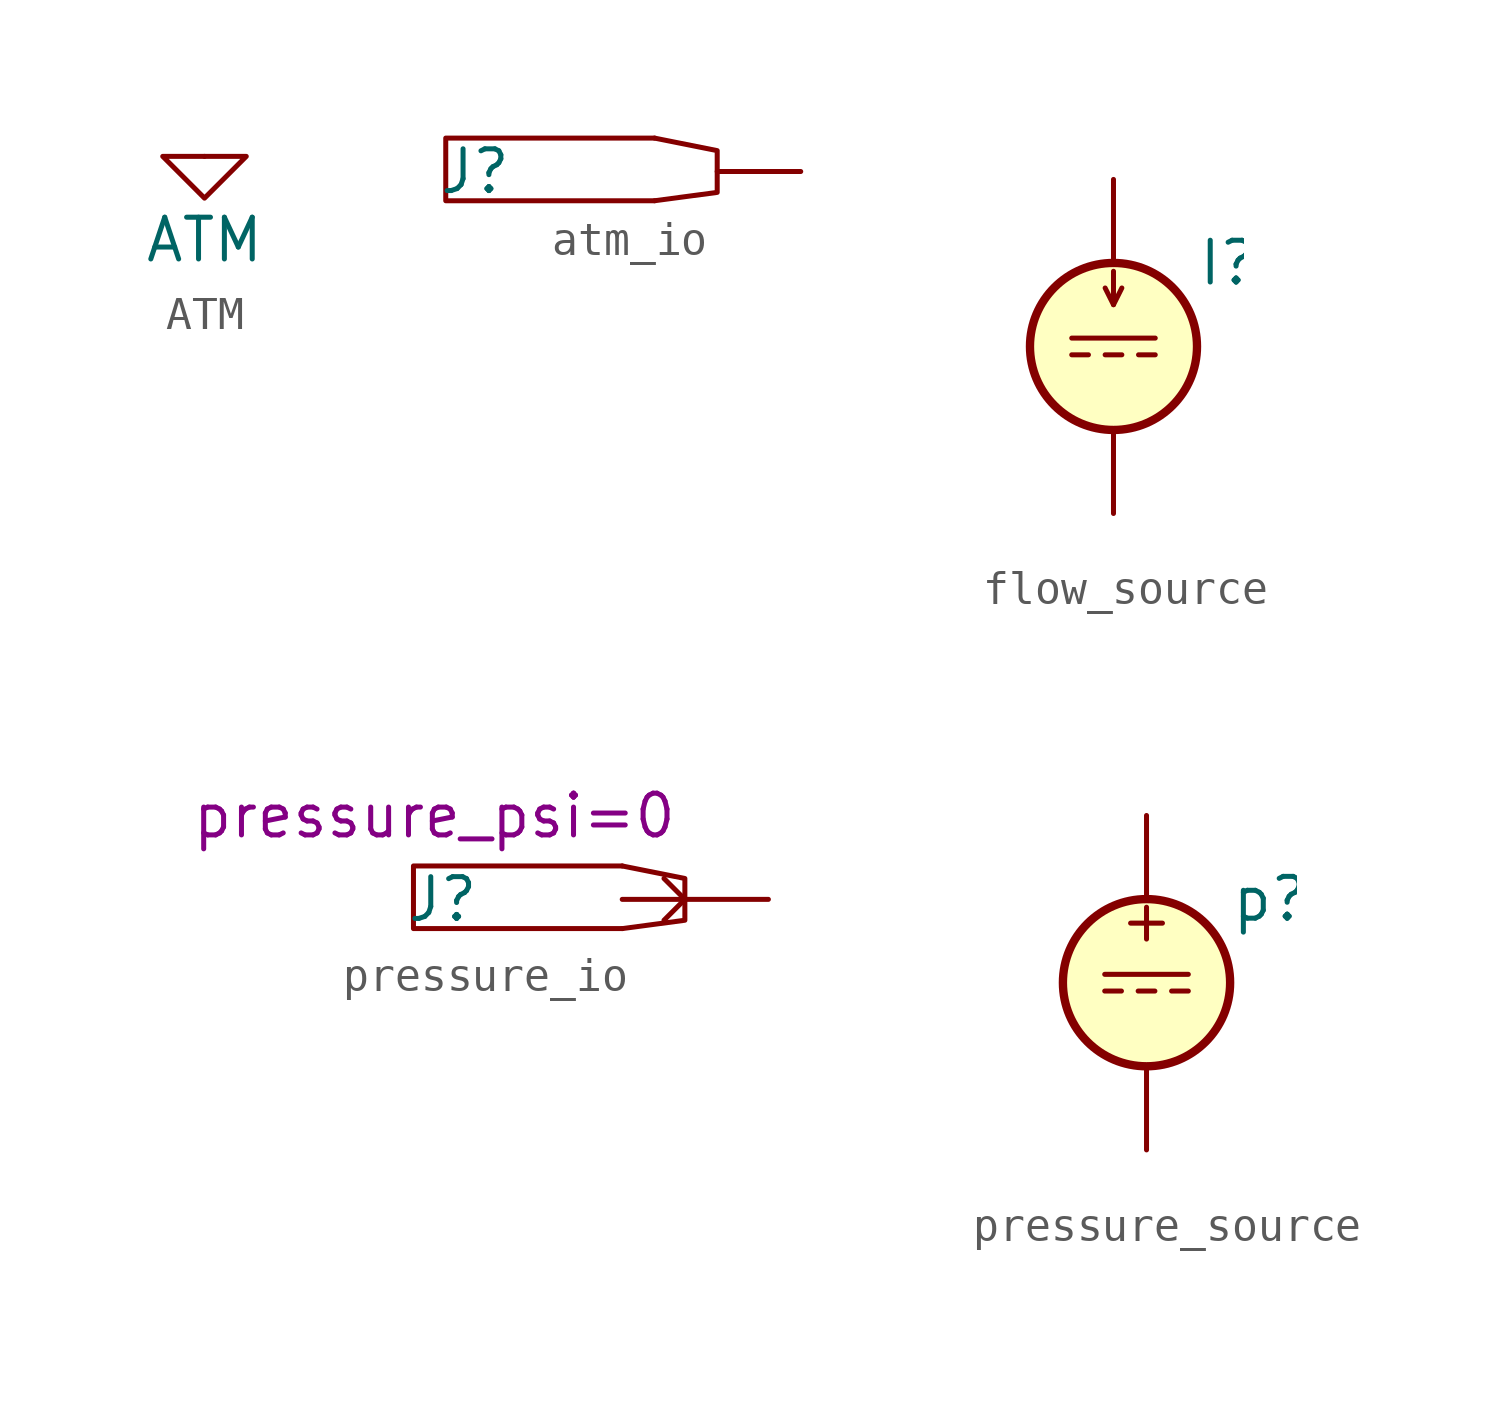
<source format=kicad_sym>
(kicad_symbol_lib
  (version 20241209)
  (generator "kicad_symbol_editor")
  (generator_version "9.0")
  (symbol "ATM"
    (power)
    (pin_numbers
      (hide yes))
    (pin_names
      (offset 0)
      (hide yes))
    (property "Reference" "#GND"
      (at 0 -5.08 0)
      (effects (font (size 1.27 1.27)) (hide yes)))
    (property "Value" "ATM"
      (at 0 -2.54 0)
      (effects (font (size 1.27 1.27))))
    (symbol "ATM_0_1"
      (polyline (pts (xy -1.27 0) (xy 0 -1.27) (xy 1.27 0) (xy -1.27 0)) (stroke (width 0) (type default)) (fill (type none))))
    (symbol "ATM_1_1"
      (pin power_in line (at 0 0 0) (length 0) (name "~" (effects (font (size 1.016 1.016)))) (number "1" (effects (font (size 1.016 1.016)))))))
  (symbol "atm_io"
    (pin_numbers
      (hide yes))
    (pin_names
      (hide yes))
    (property "Reference" "J"
      (at -7.366 0 0)
      (effects (font (size 1.27 1.27))))
    (property "Value" ""
      (at -2.54 0 0)
      (effects (font (size 1.27 1.27))))
    (symbol "atm_io_0_1"
      (polyline (pts (xy -1.905 1.016) (xy -8.255 1.016) (xy -8.255 -0.889) (xy -1.905 -0.889)) (stroke (width 0) (type default)) (fill (type none)))
      (polyline (pts (xy -1.905 1.016) (xy 0 0.635) (xy 0 -0.635) (xy -1.905 -0.889)) (stroke (width 0) (type default)) (fill (type none))))
    (symbol "atm_io_1_1"
      (pin passive line (at 2.54 0 180) (length 2.54) (name "connect" (effects (font (size 1.27 1.27)))) (number "1" (effects (font (size 1.27 1.27)))))))
  (symbol "flow_source"
    (pin_numbers
      (hide yes))
    (pin_names
      (offset 0.025))
    (property "Reference" "I"
      (at 2.54 2.54 0)
      (effects (font (size 1.27 1.27)) (justify left)))
    (property "Value" "${SIM.PARAMS}"
      (at 2.54 0 0)
      (effects (font (size 1.27 1.27)) (justify left)))
    (symbol "flow_source_0_0"
      (polyline (pts (xy -1.27 0.254) (xy 1.27 0.254)) (stroke (width 0) (type default)) (fill (type none)))
      (polyline (pts (xy -0.762 -0.254) (xy -1.27 -0.254)) (stroke (width 0) (type default)) (fill (type none)))
      (polyline (pts (xy 0.254 -0.254) (xy -0.254 -0.254)) (stroke (width 0) (type default)) (fill (type none)))
      (polyline (pts (xy 1.27 -0.254) (xy 0.762 -0.254)) (stroke (width 0) (type default)) (fill (type none))))
    (symbol "flow_source_0_1"
      (polyline (pts (xy -0.254 1.778) (xy 0 1.27) (xy 0.254 1.778)) (stroke (width 0) (type default)) (fill (type none)))
      (polyline (pts (xy 0 1.27) (xy 0 2.286)) (stroke (width 0) (type default)) (fill (type none)))
      (circle (center 0 0) (radius 2.54) (stroke (width 0.254) (type default)) (fill (type background))))
    (symbol "flow_source_1_1"
      (pin passive line (at 0 5.08 270) (length 2.54) (name "~" (effects (font (size 1.27 1.27)))) (number "1" (effects (font (size 1.27 1.27)))))
      (pin passive line (at 0 -5.08 90) (length 2.54) (name "~" (effects (font (size 1.27 1.27)))) (number "2" (effects (font (size 1.27 1.27)))))))
  (symbol "pressure_io"
    (pin_numbers
      (hide yes))
    (pin_names
      (hide yes))
    (property "Reference" "J"
      (at -7.366 0 0)
      (effects (font (size 1.27 1.27))))
    (property "Value" ""
      (at -2.54 0 0)
      (effects (font (size 1.27 1.27))))
    (property "Sim.Params" "pressure_psi=0"
      (at -7.62 2.54 0)
      (effects (font (size 1.27 1.27))))
    (symbol "pressure_io_0_1"
      (polyline (pts (xy -1.905 1.016) (xy -8.255 1.016) (xy -8.255 -0.889) (xy -1.905 -0.889)) (stroke (width 0) (type default)) (fill (type none)))
      (polyline (pts (xy -1.905 1.016) (xy 0 0.635) (xy 0 -0.635) (xy -1.905 -0.889)) (stroke (width 0) (type default)) (fill (type none)))
      (polyline (pts (xy -1.905 0) (xy 0 0)) (stroke (width 0) (type default)) (fill (type none)))
      (polyline (pts (xy 0 0) (xy -0.635 0.635)) (stroke (width 0) (type default)) (fill (type none)))
      (polyline (pts (xy 0 0) (xy -0.635 -0.635)) (stroke (width 0) (type default)) (fill (type none))))
    (symbol "pressure_io_1_1"
      (pin passive line (at 2.54 0 180) (length 2.54) (name "connect" (effects (font (size 1.27 1.27)))) (number "1" (effects (font (size 1.27 1.27)))))))
  (symbol "pressure_source"
    (pin_numbers
      (hide yes))
    (pin_names
      (offset 0.025))
    (property "Reference" "p"
      (at 2.54 2.54 0)
      (effects (font (size 1.27 1.27)) (justify left)))
    (property "Value" "${SIM.PARAMS}"
      (at 2.54 0 0)
      (effects (font (size 1.27 1.27)) (justify left)))
    (symbol "pressure_source_0_0"
      (polyline (pts (xy -1.27 0.254) (xy 1.27 0.254)) (stroke (width 0) (type default)) (fill (type none)))
      (polyline (pts (xy -0.762 -0.254) (xy -1.27 -0.254)) (stroke (width 0) (type default)) (fill (type none)))
      (polyline (pts (xy 0.254 -0.254) (xy -0.254 -0.254)) (stroke (width 0) (type default)) (fill (type none)))
      (polyline (pts (xy 1.27 -0.254) (xy 0.762 -0.254)) (stroke (width 0) (type default)) (fill (type none)))
      (text "+" (at 0 1.905 0) (effects (font (size 1.27 1.27)))))
    (symbol "pressure_source_0_1"
      (circle (center 0 0) (radius 2.54) (stroke (width 0.254) (type default)) (fill (type background))))
    (symbol "pressure_source_1_1"
      (pin passive line (at 0 5.08 270) (length 2.54) (name "~" (effects (font (size 1.27 1.27)))) (number "1" (effects (font (size 1.27 1.27)))))
      (pin passive line (at 0 -5.08 90) (length 2.54) (name "~" (effects (font (size 1.27 1.27)))) (number "2" (effects (font (size 1.27 1.27))))))))
</source>
